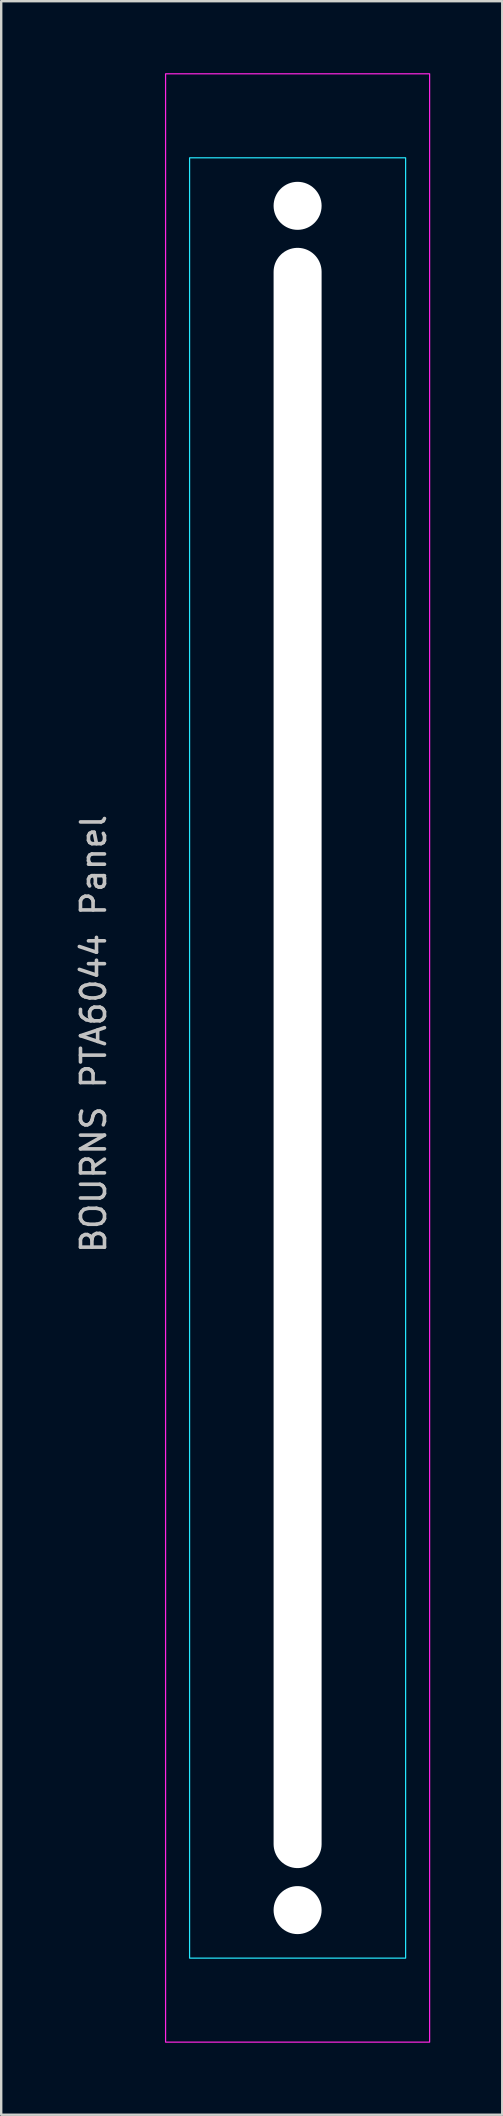
<source format=kicad_pcb>
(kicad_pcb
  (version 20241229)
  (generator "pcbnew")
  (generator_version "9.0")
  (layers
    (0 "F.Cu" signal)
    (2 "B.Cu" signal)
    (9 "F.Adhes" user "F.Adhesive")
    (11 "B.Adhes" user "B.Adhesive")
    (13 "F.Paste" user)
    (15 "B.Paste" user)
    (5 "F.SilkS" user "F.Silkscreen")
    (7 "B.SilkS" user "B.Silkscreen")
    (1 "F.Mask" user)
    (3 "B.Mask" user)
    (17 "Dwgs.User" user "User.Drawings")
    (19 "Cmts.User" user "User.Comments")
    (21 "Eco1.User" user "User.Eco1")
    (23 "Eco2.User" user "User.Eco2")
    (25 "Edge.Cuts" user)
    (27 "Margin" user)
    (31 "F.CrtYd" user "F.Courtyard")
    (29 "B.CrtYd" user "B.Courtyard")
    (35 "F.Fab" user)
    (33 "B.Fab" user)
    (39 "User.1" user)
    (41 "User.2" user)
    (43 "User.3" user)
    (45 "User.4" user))
  (footprint "BOURNS PTA6044 Panel"
    (layer "F.Cu")
    (at 9.348 41.025)
    (property "Reference" "BOURNS PTA6044 Panel" (at -8.5 -1 90) (unlocked yes) (layer "Dwgs.User") (effects (font (size 1 1) (thickness 0.15))))
    (attr through_hole)
    (fp_rect (start -4.5 -37.5) (end 4.5 37.5) (stroke (width 0.05) (type solid)) (fill no) (layer "B.CrtYd"))
    (fp_rect (start -5.5 -41) (end 5.5 41) (stroke (width 0.05) (type solid)) (fill no) (layer "F.CrtYd"))
    (pad "" np_thru_hole circle (at 0 -35.5) (size 2 2) (drill 2) (layers "*.Cu" "*.Mask"))
    (pad "" np_thru_hole oval (at 0 0) (size 2 67.5) (drill oval 2 67.5) (layers "*.Cu" "*.Mask"))
    (pad "" np_thru_hole circle (at 0 35.5 90) (size 2 2) (drill 2) (layers "*.Cu" "*.Mask")))
  (gr_rect
    (start -3 -3)
    (end 17.873 85.05)
    (stroke (width 0.1) (type default))
    (fill no)
    (layer "Edge.Cuts")))
</source>
